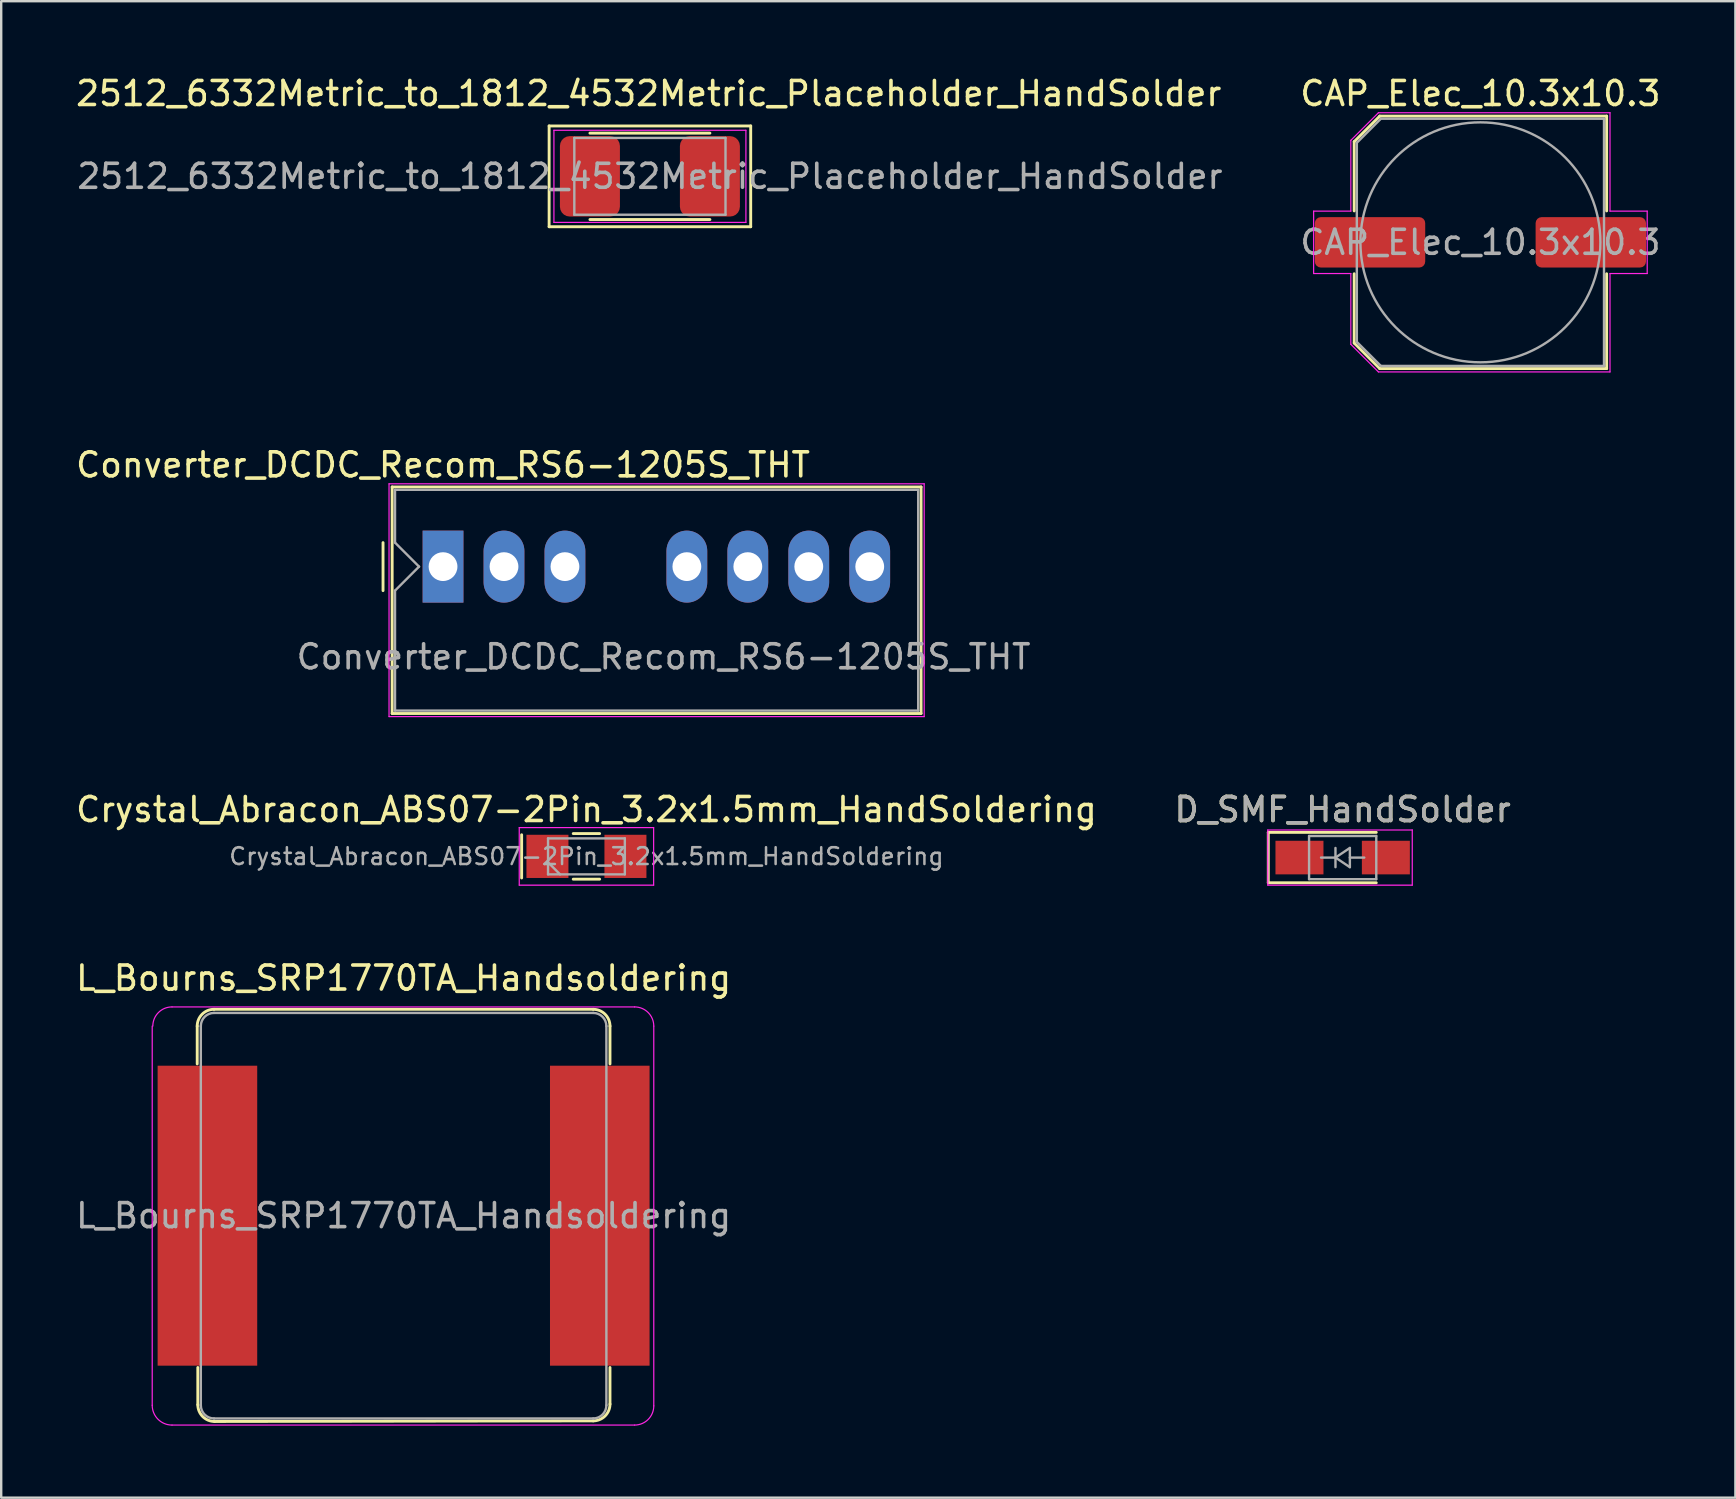
<source format=kicad_pcb>
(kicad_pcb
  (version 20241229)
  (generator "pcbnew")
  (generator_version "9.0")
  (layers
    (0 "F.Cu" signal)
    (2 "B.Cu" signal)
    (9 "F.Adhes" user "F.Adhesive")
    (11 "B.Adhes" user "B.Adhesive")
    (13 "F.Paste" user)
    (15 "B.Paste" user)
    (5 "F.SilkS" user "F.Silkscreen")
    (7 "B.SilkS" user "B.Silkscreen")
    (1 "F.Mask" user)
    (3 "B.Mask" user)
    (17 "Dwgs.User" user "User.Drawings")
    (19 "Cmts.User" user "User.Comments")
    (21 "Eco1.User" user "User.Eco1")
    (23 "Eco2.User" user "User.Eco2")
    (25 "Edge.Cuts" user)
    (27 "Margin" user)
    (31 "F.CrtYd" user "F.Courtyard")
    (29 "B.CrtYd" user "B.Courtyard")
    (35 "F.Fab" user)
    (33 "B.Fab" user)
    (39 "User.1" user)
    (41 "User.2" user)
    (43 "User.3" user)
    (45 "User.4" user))
  (footprint "Converter_DCDC_Recom_RS6-1205S_THT"
    (layer "F.Cu")
    (at 15.411 20.561)
    (property "Reference" "Converter_DCDC_Recom_RS6-1205S_THT" (at 0 -4.24 0) (layer "F.SilkS") (effects (font (size 1 1) (thickness 0.15))))
    (attr through_hole)
    (fp_line (start -2.5 -1) (end -2.5 1) (stroke (width 0.12) (type solid)) (layer "F.SilkS"))
    (fp_line (start -2.12 -3.32) (end 19.92 -3.32) (stroke (width 0.12) (type solid)) (layer "F.SilkS"))
    (fp_line (start -2.12 6.12) (end -2.12 -3.32) (stroke (width 0.12) (type solid)) (layer "F.SilkS"))
    (fp_line (start 19.92 -3.32) (end 19.92 6.12) (stroke (width 0.12) (type solid)) (layer "F.SilkS"))
    (fp_line (start 19.92 6.12) (end -2.12 6.12) (stroke (width 0.12) (type solid)) (layer "F.SilkS"))
    (fp_line (start -2.25 -3.45) (end -2.25 6.25) (stroke (width 0.05) (type solid)) (layer "F.CrtYd"))
    (fp_line (start -2.25 -3.45) (end 20.05 -3.45) (stroke (width 0.05) (type solid)) (layer "F.CrtYd"))
    (fp_line (start -2.25 6.25) (end 20.05 6.25) (stroke (width 0.05) (type solid)) (layer "F.CrtYd"))
    (fp_line (start 20.05 -3.45) (end 20.05 6.25) (stroke (width 0.05) (type solid)) (layer "F.CrtYd"))
    (fp_line (start -2 -3.2) (end -2 -1) (stroke (width 0.1) (type solid)) (layer "F.Fab"))
    (fp_line (start -2 -1) (end -1 0) (stroke (width 0.1) (type solid)) (layer "F.Fab"))
    (fp_line (start -2 1) (end -2 6) (stroke (width 0.1) (type solid)) (layer "F.Fab"))
    (fp_line (start -2 1) (end -1 0) (stroke (width 0.1) (type solid)) (layer "F.Fab"))
    (fp_line (start 19.8 -3.2) (end -2 -3.2) (stroke (width 0.1) (type solid)) (layer "F.Fab"))
    (fp_line (start 19.8 -3.2) (end 19.8 6) (stroke (width 0.1) (type solid)) (layer "F.Fab"))
    (fp_line (start 19.8 6) (end -2 6) (stroke (width 0.1) (type solid)) (layer "F.Fab"))
    (fp_text user "${REFERENCE}" (at 9.19 3.76 0) (layer "F.Fab") (effects (font (size 1 1) (thickness 0.15))))
    (pad "1" thru_hole rect (at 0 0) (size 1.7 3) (drill 1.2) (layers "*.Cu" "*.Mask"))
    (pad "2" thru_hole oval (at 2.54 0) (size 1.7 3) (drill 1.2) (layers "*.Cu" "*.Mask"))
    (pad "3" thru_hole oval (at 5.08 0) (size 1.7 3) (drill 1.2) (layers "*.Cu" "*.Mask"))
    (pad "5" thru_hole oval (at 10.16 0) (size 1.7 3) (drill 1.2) (layers "*.Cu" "*.Mask"))
    (pad "6" thru_hole oval (at 12.7 0) (size 1.7 3) (drill 1.2) (layers "*.Cu" "*.Mask"))
    (pad "7" thru_hole oval (at 15.24 0) (size 1.7 3) (drill 1.2) (layers "*.Cu" "*.Mask"))
    (pad "8" thru_hole oval (at 17.78 0) (size 1.7 3) (drill 1.2) (layers "*.Cu" "*.Mask")))
  (footprint "D_SMF_HandSolder"
    (layer "F.Cu")
    (at 52.899 32.685)
    (property "Reference" "D_SMF_HandSolder" (at 0 -2 0) (layer "F.SilkS") (effects (font (size 1 1) (thickness 0.15))))
    (attr smd)
    (fp_line (start -3.1 -1.05) (end -3.1 1.05) (stroke (width 0.12) (type solid)) (layer "F.SilkS"))
    (fp_line (start -3.1 -1.05) (end 1.4 -1.05) (stroke (width 0.12) (type solid)) (layer "F.SilkS"))
    (fp_line (start -3.1 1.05) (end 1.4 1.05) (stroke (width 0.12) (type solid)) (layer "F.SilkS"))
    (fp_line (start -3.12 -1.15) (end 2.9 -1.15) (stroke (width 0.05) (type solid)) (layer "F.CrtYd"))
    (fp_line (start -3.12 1.15) (end -3.12 -1.15) (stroke (width 0.05) (type solid)) (layer "F.CrtYd"))
    (fp_line (start 2.9 -1.15) (end 2.9 1.15) (stroke (width 0.05) (type solid)) (layer "F.CrtYd"))
    (fp_line (start 2.9 1.15) (end -3.12 1.15) (stroke (width 0.05) (type solid)) (layer "F.CrtYd"))
    (fp_line (start -1.4 0.9) (end -1.4 -0.9) (stroke (width 0.1) (type solid)) (layer "F.Fab"))
    (fp_line (start -0.3 -0.4) (end -0.3 0.4) (stroke (width 0.1) (type solid)) (layer "F.Fab"))
    (fp_line (start -0.3 0) (end -0.9 0) (stroke (width 0.1) (type solid)) (layer "F.Fab"))
    (fp_line (start -0.3 0) (end 0.3 -0.4) (stroke (width 0.1) (type solid)) (layer "F.Fab"))
    (fp_line (start -0.3 0.001) (end 0.3 0.4) (stroke (width 0.1) (type solid)) (layer "F.Fab"))
    (fp_line (start 0.3 0) (end 0.9 0) (stroke (width 0.1) (type solid)) (layer "F.Fab"))
    (fp_line (start 0.3 0.4) (end 0.3 -0.4) (stroke (width 0.1) (type solid)) (layer "F.Fab"))
    (fp_line (start 1.4 -0.9) (end -1.4 -0.9) (stroke (width 0.1) (type solid)) (layer "F.Fab"))
    (fp_line (start 1.4 -0.9) (end 1.4 0.9) (stroke (width 0.1) (type solid)) (layer "F.Fab"))
    (fp_line (start 1.4 0.9) (end -1.4 0.9) (stroke (width 0.1) (type solid)) (layer "F.Fab"))
    (fp_text user "${REFERENCE}" (at 0 -2 0) (layer "F.Fab") (effects (font (size 1 1) (thickness 0.15))))
    (pad "1" smd rect (at -1.8 0) (size 2 1.4) (layers "F.Cu" "F.Mask" "F.Paste"))
    (pad "2" smd rect (at 1.8 0) (size 2 1.4) (layers "F.Cu" "F.Mask" "F.Paste")))
  (footprint "Crystal_Abracon_ABS07-2Pin_3.2x1.5mm_HandSoldering"
    (layer "F.Cu")
    (at 21.387 32.635)
    (property "Reference" "Crystal_Abracon_ABS07-2Pin_3.2x1.5mm_HandSoldering" (at 0 -1.95 0) (layer "F.SilkS") (effects (font (size 1 1) (thickness 0.15))))
    (attr smd)
    (fp_line (start -2.7 -0.9) (end -2.7 0.9) (stroke (width 0.12) (type solid)) (layer "F.SilkS"))
    (fp_line (start -0.55 -0.95) (end 0.55 -0.95) (stroke (width 0.12) (type solid)) (layer "F.SilkS"))
    (fp_line (start -0.55 0.95) (end 0.55 0.95) (stroke (width 0.12) (type solid)) (layer "F.SilkS"))
    (fp_line (start -2.8 -1.2) (end -2.8 1.2) (stroke (width 0.05) (type solid)) (layer "F.CrtYd"))
    (fp_line (start -2.8 1.2) (end 2.8 1.2) (stroke (width 0.05) (type solid)) (layer "F.CrtYd"))
    (fp_line (start 2.8 -1.2) (end -2.8 -1.2) (stroke (width 0.05) (type solid)) (layer "F.CrtYd"))
    (fp_line (start 2.8 1.2) (end 2.8 -1.2) (stroke (width 0.05) (type solid)) (layer "F.CrtYd"))
    (fp_line (start -1.6 -0.75) (end -1.6 0.75) (stroke (width 0.1) (type solid)) (layer "F.Fab"))
    (fp_line (start -1.6 0.25) (end -1.1 0.75) (stroke (width 0.1) (type solid)) (layer "F.Fab"))
    (fp_line (start -1.6 0.75) (end 1.6 0.75) (stroke (width 0.1) (type solid)) (layer "F.Fab"))
    (fp_line (start 1.6 -0.75) (end -1.6 -0.75) (stroke (width 0.1) (type solid)) (layer "F.Fab"))
    (fp_line (start 1.6 0.75) (end 1.6 -0.75) (stroke (width 0.1) (type solid)) (layer "F.Fab"))
    (fp_text user "${REFERENCE}" (at 0 0 0) (layer "F.Fab") (effects (font (size 0.7 0.7) (thickness 0.105))))
    (pad "1" smd rect (at -1.625 0) (size 1.75 1.8) (layers "F.Cu" "F.Mask" "F.Paste"))
    (pad "2" smd rect (at 1.625 0) (size 1.75 1.8) (layers "F.Cu" "F.Mask" "F.Paste")))
  (footprint "2512_6332Metric_to_1812_4532Metric_Placeholder_HandSolder"
    (layer "F.Cu")
    (at 24.032 4.298)
    (property "Reference" "2512_6332Metric_to_1812_4532Metric_Placeholder_HandSolder" (at -0.05 -3.45 0) (layer "F.SilkS") (effects (font (size 1 1) (thickness 0.15))))
    (attr smd)
    (fp_line (start -4.2 -2.1) (end -4.2 2.1) (stroke (width 0.12) (type solid)) (layer "F.SilkS"))
    (fp_line (start -2.5 -1.8) (end 2.5 -1.8) (stroke (width 0.12) (type solid)) (layer "F.SilkS"))
    (fp_line (start -2.5 1.8) (end 2.5 1.8) (stroke (width 0.12) (type solid)) (layer "F.SilkS"))
    (fp_line (start 4.2 -2.1) (end -4.2 -2.1) (stroke (width 0.12) (type solid)) (layer "F.SilkS"))
    (fp_line (start 4.2 -2.1) (end 4.2 2.1) (stroke (width 0.12) (type solid)) (layer "F.SilkS"))
    (fp_line (start 4.2 2.1) (end -4.2 2.1) (stroke (width 0.12) (type solid)) (layer "F.SilkS"))
    (fp_line (start -4 -1.92) (end 4 -1.92) (stroke (width 0.05) (type solid)) (layer "F.CrtYd"))
    (fp_line (start -4 1.92) (end -4 -1.92) (stroke (width 0.05) (type solid)) (layer "F.CrtYd"))
    (fp_line (start 4 -1.92) (end 4 1.92) (stroke (width 0.05) (type solid)) (layer "F.CrtYd"))
    (fp_line (start 4 1.92) (end -4 1.92) (stroke (width 0.05) (type solid)) (layer "F.CrtYd"))
    (fp_line (start -3.15 -1.6) (end 3.15 -1.6) (stroke (width 0.1) (type solid)) (layer "F.Fab"))
    (fp_line (start -3.15 1.6) (end -3.15 -1.6) (stroke (width 0.1) (type solid)) (layer "F.Fab"))
    (fp_line (start 3.15 -1.6) (end 3.15 1.6) (stroke (width 0.1) (type solid)) (layer "F.Fab"))
    (fp_line (start 3.15 1.6) (end -3.15 1.6) (stroke (width 0.1) (type solid)) (layer "F.Fab"))
    (fp_text user "${REFERENCE}" (at 0 0 0) (layer "F.Fab") (effects (font (size 1 1) (thickness 0.15))))
    (pad "1" smd roundrect (at -2.5 0) (size 2.5 3.35) (layers "F.Cu" "F.Mask" "F.Paste") (roundrect_rratio 0.164))
    (pad "2" smd roundrect (at 2.5 0) (size 2.5 3.35) (layers "F.Cu" "F.Mask" "F.Paste") (roundrect_rratio 0.164)))
  (footprint "L_Bourns_SRP1770TA_Handsoldering"
    (layer "F.Cu")
    (at 13.768 47.608)
    (property "Reference" "L_Bourns_SRP1770TA_Handsoldering" (at 0 -9.9 0) (layer "F.SilkS") (effects (font (size 1 1) (thickness 0.15))))
    (attr smd)
    (fp_line (start -8.6 -7.9) (end -8.6 -6.325) (stroke (width 0.12) (type solid)) (layer "F.SilkS"))
    (fp_line (start -8.575 6.325) (end -8.575 7.875) (stroke (width 0.12) (type solid)) (layer "F.SilkS"))
    (fp_line (start -7.9 -8.6) (end 7.9 -8.6) (stroke (width 0.12) (type solid)) (layer "F.SilkS"))
    (fp_line (start 7.9 8.55) (end -7.875 8.575) (stroke (width 0.12) (type solid)) (layer "F.SilkS"))
    (fp_line (start 8.6 -7.9) (end 8.6 -6.325) (stroke (width 0.12) (type solid)) (layer "F.SilkS"))
    (fp_line (start 8.6 6.325) (end 8.6 7.85) (stroke (width 0.12) (type solid)) (layer "F.SilkS"))
    (fp_arc (start -8.6 -7.9) (mid -8.394975 -8.394975) (end -7.9 -8.6) (stroke (width 0.12) (type solid)) (layer "F.SilkS"))
    (fp_arc (start -7.875 8.575) (mid -8.369975 8.369975) (end -8.575 7.875) (stroke (width 0.12) (type solid)) (layer "F.SilkS"))
    (fp_arc (start 7.9 -8.6) (mid 8.394975 -8.394975) (end 8.6 -7.9) (stroke (width 0.12) (type solid)) (layer "F.SilkS"))
    (fp_arc (start 8.6 7.85) (mid 8.394975 8.344975) (end 7.9 8.55) (stroke (width 0.12) (type solid)) (layer "F.SilkS"))
    (fp_line (start -10.475 7.9) (end -10.475 -7.9) (stroke (width 0.05) (type solid)) (layer "F.CrtYd"))
    (fp_line (start -9.65 -8.7) (end 9.625 -8.7) (stroke (width 0.05) (type solid)) (layer "F.CrtYd"))
    (fp_line (start 9.625 8.725) (end -9.65 8.725) (stroke (width 0.05) (type solid)) (layer "F.CrtYd"))
    (fp_line (start 10.425 -7.9) (end 10.425 7.925) (stroke (width 0.05) (type solid)) (layer "F.CrtYd"))
    (fp_arc (start -10.45 -7.9) (mid -10.215685 -8.465685) (end -9.65 -8.7) (stroke (width 0.05) (type solid)) (layer "F.CrtYd"))
    (fp_arc (start -9.65 8.725) (mid -10.233363 8.483363) (end -10.475 7.9) (stroke (width 0.05) (type solid)) (layer "F.CrtYd"))
    (fp_arc (start 9.625 -8.7) (mid 10.190685 -8.465685) (end 10.425 -7.9) (stroke (width 0.05) (type solid)) (layer "F.CrtYd"))
    (fp_arc (start 10.425 7.925) (mid 10.190685 8.490685) (end 9.625 8.725) (stroke (width 0.05) (type solid)) (layer "F.CrtYd"))
    (fp_line (start -8.45 -7.9) (end -8.45 7.9) (stroke (width 0.1) (type solid)) (layer "F.Fab"))
    (fp_line (start -7.9 -8.45) (end 7.9 -8.45) (stroke (width 0.1) (type solid)) (layer "F.Fab"))
    (fp_line (start 7.9 8.45) (end -7.9 8.45) (stroke (width 0.1) (type solid)) (layer "F.Fab"))
    (fp_line (start 8.45 -7.9) (end 8.45 7.9) (stroke (width 0.1) (type solid)) (layer "F.Fab"))
    (fp_arc (start -8.45 -7.9) (mid -8.288909 -8.288909) (end -7.9 -8.45) (stroke (width 0.1) (type solid)) (layer "F.Fab"))
    (fp_arc (start -7.9 8.45) (mid -8.288909 8.288909) (end -8.45 7.9) (stroke (width 0.1) (type solid)) (layer "F.Fab"))
    (fp_arc (start 7.9 -8.45) (mid 8.288909 -8.288909) (end 8.45 -7.9) (stroke (width 0.1) (type solid)) (layer "F.Fab"))
    (fp_arc (start 8.45 7.9) (mid 8.288909 8.288909) (end 7.9 8.45) (stroke (width 0.1) (type solid)) (layer "F.Fab"))
    (fp_text user "${REFERENCE}" (at 0 0 0) (layer "F.Fab") (effects (font (size 1 1) (thickness 0.15))))
    (pad "1" smd rect (at -8.175 0) (size 4.15 12.5) (layers "F.Cu" "F.Mask" "F.Paste"))
    (pad "2" smd rect (at 8.175 0) (size 4.15 12.5) (layers "F.Cu" "F.Mask" "F.Paste")))
  (footprint "CAP_Elec_10.3x10.3"
    (layer "F.Cu")
    (at 58.639 7.048)
    (property "Reference" "CAP_Elec_10.3x10.3" (at 0 -6.2 0) (layer "F.SilkS") (effects (font (size 1 1) (thickness 0.15))))
    (attr smd)
    (fp_line (start -5.26 -4.196) (end -5.26 -1.31) (stroke (width 0.12) (type solid)) (layer "F.SilkS"))
    (fp_line (start -5.26 -4.196) (end -4.196 -5.26) (stroke (width 0.12) (type solid)) (layer "F.SilkS"))
    (fp_line (start -5.26 4.196) (end -5.26 1.31) (stroke (width 0.12) (type solid)) (layer "F.SilkS"))
    (fp_line (start -5.26 4.196) (end -4.196 5.26) (stroke (width 0.12) (type solid)) (layer "F.SilkS"))
    (fp_line (start -4.196 -5.26) (end 5.26 -5.26) (stroke (width 0.12) (type solid)) (layer "F.SilkS"))
    (fp_line (start -4.196 5.26) (end 5.26 5.26) (stroke (width 0.12) (type solid)) (layer "F.SilkS"))
    (fp_line (start 5.26 -5.26) (end 5.26 -1.31) (stroke (width 0.12) (type solid)) (layer "F.SilkS"))
    (fp_line (start 5.26 5.26) (end 5.26 1.31) (stroke (width 0.12) (type solid)) (layer "F.SilkS"))
    (fp_line (start -6.95 -1.3) (end -6.95 1.3) (stroke (width 0.05) (type solid)) (layer "F.CrtYd"))
    (fp_line (start -6.95 1.3) (end -5.4 1.3) (stroke (width 0.05) (type solid)) (layer "F.CrtYd"))
    (fp_line (start -5.4 -4.25) (end -5.4 -1.3) (stroke (width 0.05) (type solid)) (layer "F.CrtYd"))
    (fp_line (start -5.4 -4.25) (end -4.25 -5.4) (stroke (width 0.05) (type solid)) (layer "F.CrtYd"))
    (fp_line (start -5.4 -1.3) (end -6.95 -1.3) (stroke (width 0.05) (type solid)) (layer "F.CrtYd"))
    (fp_line (start -5.4 1.3) (end -5.4 4.25) (stroke (width 0.05) (type solid)) (layer "F.CrtYd"))
    (fp_line (start -5.4 4.25) (end -4.25 5.4) (stroke (width 0.05) (type solid)) (layer "F.CrtYd"))
    (fp_line (start -4.25 -5.4) (end 5.4 -5.4) (stroke (width 0.05) (type solid)) (layer "F.CrtYd"))
    (fp_line (start -4.25 5.4) (end 5.4 5.4) (stroke (width 0.05) (type solid)) (layer "F.CrtYd"))
    (fp_line (start 5.4 -5.4) (end 5.4 -1.3) (stroke (width 0.05) (type solid)) (layer "F.CrtYd"))
    (fp_line (start 5.4 -1.3) (end 6.95 -1.3) (stroke (width 0.05) (type solid)) (layer "F.CrtYd"))
    (fp_line (start 5.4 1.3) (end 5.4 5.4) (stroke (width 0.05) (type solid)) (layer "F.CrtYd"))
    (fp_line (start 6.95 -1.3) (end 6.95 1.3) (stroke (width 0.05) (type solid)) (layer "F.CrtYd"))
    (fp_line (start 6.95 1.3) (end 5.4 1.3) (stroke (width 0.05) (type solid)) (layer "F.CrtYd"))
    (fp_line (start -5.15 -4.15) (end -5.15 4.15) (stroke (width 0.1) (type solid)) (layer "F.Fab"))
    (fp_line (start -5.15 -4.15) (end -4.15 -5.15) (stroke (width 0.1) (type solid)) (layer "F.Fab"))
    (fp_line (start -5.15 4.15) (end -4.15 5.15) (stroke (width 0.1) (type solid)) (layer "F.Fab"))
    (fp_line (start -4.15 -5.15) (end 5.15 -5.15) (stroke (width 0.1) (type solid)) (layer "F.Fab"))
    (fp_line (start -4.15 5.15) (end 5.15 5.15) (stroke (width 0.1) (type solid)) (layer "F.Fab"))
    (fp_line (start 5.15 -5.15) (end 5.15 5.15) (stroke (width 0.1) (type solid)) (layer "F.Fab"))
    (fp_circle (center 0 0) (end 5 0) (stroke (width 0.1) (type solid)) (fill no) (layer "F.Fab"))
    (fp_text user "${REFERENCE}" (at 0 0 0) (layer "F.Fab") (effects (font (size 1 1) (thickness 0.15))))
    (pad "1" smd roundrect (at -4.6 0) (size 4.6 2.1) (layers "F.Cu" "F.Mask" "F.Paste") (roundrect_rratio 0.119))
    (pad "2" smd roundrect (at 4.6 0) (size 4.6 2.1) (layers "F.Cu" "F.Mask" "F.Paste") (roundrect_rratio 0.119)))
  (gr_rect
    (start -3 -3)
    (end 69.264 59.358)
    (stroke (width 0.1) (type default))
    (fill no)
    (layer "Edge.Cuts")))
</source>
